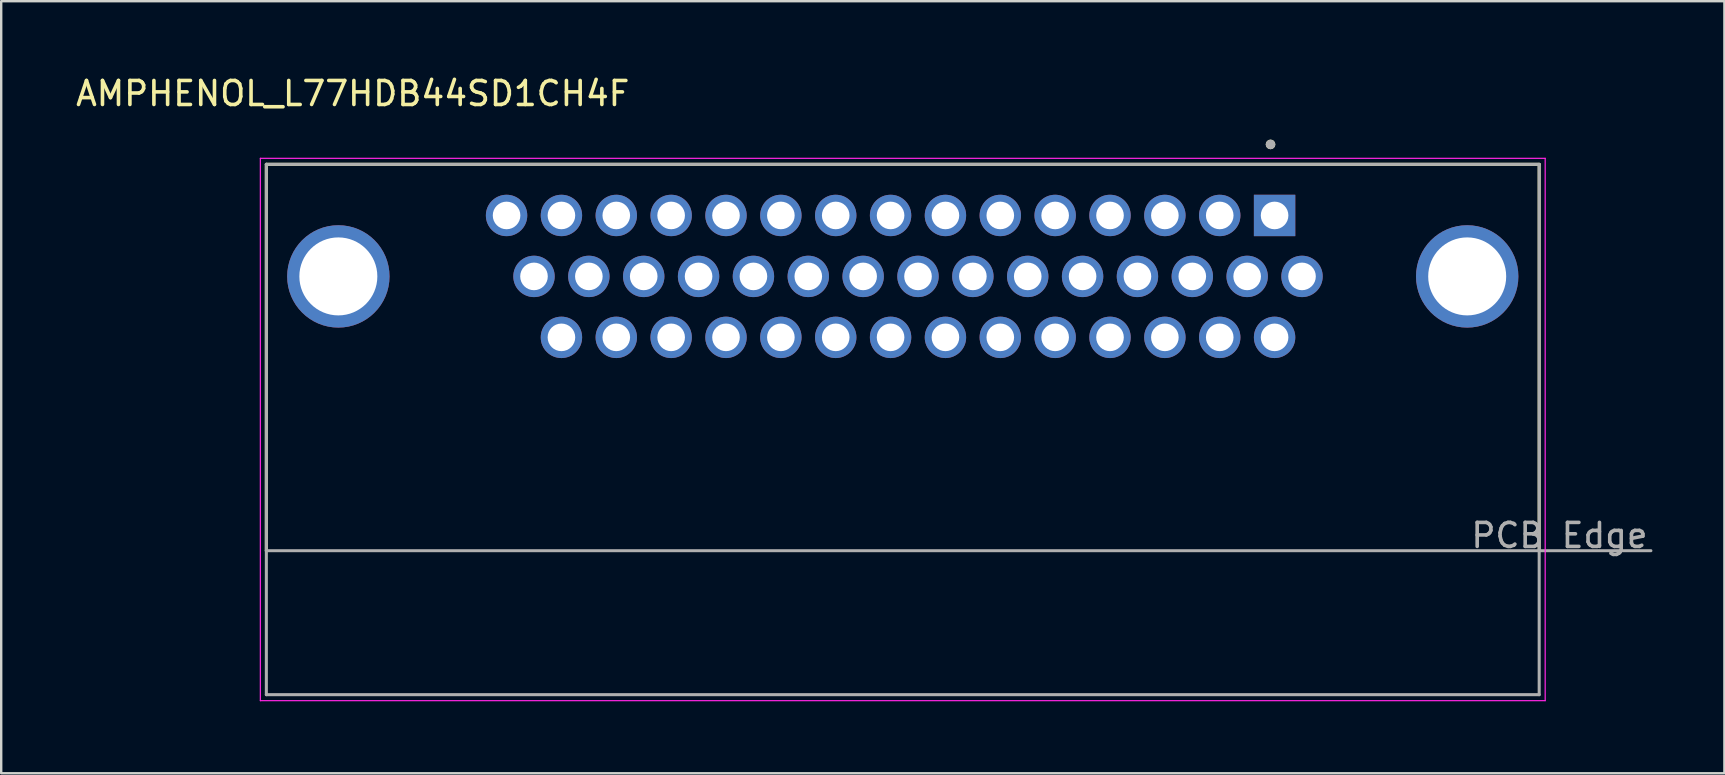
<source format=kicad_pcb>
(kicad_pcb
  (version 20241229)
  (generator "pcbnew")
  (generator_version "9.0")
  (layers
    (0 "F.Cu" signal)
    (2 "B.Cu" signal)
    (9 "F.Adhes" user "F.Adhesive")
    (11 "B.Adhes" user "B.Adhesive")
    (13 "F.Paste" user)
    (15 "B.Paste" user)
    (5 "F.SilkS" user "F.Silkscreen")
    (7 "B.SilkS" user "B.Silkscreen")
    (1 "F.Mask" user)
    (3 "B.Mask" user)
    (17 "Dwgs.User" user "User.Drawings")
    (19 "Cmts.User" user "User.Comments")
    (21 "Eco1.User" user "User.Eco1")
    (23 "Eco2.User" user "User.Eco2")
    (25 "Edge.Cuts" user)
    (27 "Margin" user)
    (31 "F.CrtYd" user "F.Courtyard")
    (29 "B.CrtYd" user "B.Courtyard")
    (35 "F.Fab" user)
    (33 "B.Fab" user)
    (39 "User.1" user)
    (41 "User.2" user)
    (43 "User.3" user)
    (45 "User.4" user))
  (footprint "AMPHENOL_L77HDB44SD1CH4F"
    (layer "F.Cu")
    (at 34.569 8.468)
    (property "Reference" "AMPHENOL_L77HDB44SD1CH4F" (at -22.92 -7.62 0) (layer "F.SilkS") (effects (font (size 1 1) (thickness 0.15))))
    (attr through_hole)
    (fp_line (start -26.52 -4.67) (end -26.52 11.43) (stroke (width 0.127) (type solid)) (layer "F.SilkS"))
    (fp_line (start 26.52 -4.67) (end -26.52 -4.67) (stroke (width 0.127) (type solid)) (layer "F.SilkS"))
    (fp_line (start 26.52 11.43) (end 26.52 -4.67) (stroke (width 0.127) (type solid)) (layer "F.SilkS"))
    (fp_circle (center 15.325 -5.5) (end 15.425 -5.5) (stroke (width 0.2) (type solid)) (fill no) (layer "F.SilkS"))
    (fp_line (start -26.77 -4.92) (end -26.77 17.68) (stroke (width 0.05) (type solid)) (layer "F.CrtYd"))
    (fp_line (start -26.77 17.68) (end 26.77 17.68) (stroke (width 0.05) (type solid)) (layer "F.CrtYd"))
    (fp_line (start 26.77 -4.92) (end -26.77 -4.92) (stroke (width 0.05) (type solid)) (layer "F.CrtYd"))
    (fp_line (start 26.77 17.68) (end 26.77 -4.92) (stroke (width 0.05) (type solid)) (layer "F.CrtYd"))
    (fp_line (start -26.52 -4.67) (end -26.52 11.43) (stroke (width 0.127) (type solid)) (layer "F.Fab"))
    (fp_line (start -26.52 11.43) (end -26.52 17.43) (stroke (width 0.127) (type solid)) (layer "F.Fab"))
    (fp_line (start -26.52 17.43) (end 26.52 17.43) (stroke (width 0.127) (type solid)) (layer "F.Fab"))
    (fp_line (start 26.52 -4.67) (end -26.52 -4.67) (stroke (width 0.127) (type solid)) (layer "F.Fab"))
    (fp_line (start 26.52 11.43) (end -26.52 11.43) (stroke (width 0.127) (type solid)) (layer "F.Fab"))
    (fp_line (start 26.52 11.43) (end 26.52 -4.67) (stroke (width 0.127) (type solid)) (layer "F.Fab"))
    (fp_line (start 26.52 11.43) (end 31.175 11.43) (stroke (width 0.127) (type solid)) (layer "F.Fab"))
    (fp_line (start 26.52 17.43) (end 26.52 11.43) (stroke (width 0.127) (type solid)) (layer "F.Fab"))
    (fp_circle (center 15.325 -5.5) (end 15.425 -5.5) (stroke (width 0.2) (type solid)) (fill no) (layer "F.Fab"))
    (fp_text user "PCB Edge" (at 27.365 10.795 0) (layer "F.Fab") (effects (font (size 1 1) (thickness 0.15))))
    (pad "1" thru_hole rect (at 15.494 -2.54) (size 1.725 1.725) (drill 1.15) (layers "*.Cu" "*.Mask"))
    (pad "2" thru_hole circle (at 13.208 -2.54) (size 1.725 1.725) (drill 1.15) (layers "*.Cu" "*.Mask"))
    (pad "3" thru_hole circle (at 10.922 -2.54) (size 1.725 1.725) (drill 1.15) (layers "*.Cu" "*.Mask"))
    (pad "4" thru_hole circle (at 8.636 -2.54) (size 1.725 1.725) (drill 1.15) (layers "*.Cu" "*.Mask"))
    (pad "5" thru_hole circle (at 6.35 -2.54) (size 1.725 1.725) (drill 1.15) (layers "*.Cu" "*.Mask"))
    (pad "6" thru_hole circle (at 4.064 -2.54) (size 1.725 1.725) (drill 1.15) (layers "*.Cu" "*.Mask"))
    (pad "7" thru_hole circle (at 1.778 -2.54) (size 1.725 1.725) (drill 1.15) (layers "*.Cu" "*.Mask"))
    (pad "8" thru_hole circle (at -0.508 -2.54) (size 1.725 1.725) (drill 1.15) (layers "*.Cu" "*.Mask"))
    (pad "9" thru_hole circle (at -2.794 -2.54) (size 1.725 1.725) (drill 1.15) (layers "*.Cu" "*.Mask"))
    (pad "10" thru_hole circle (at -5.08 -2.54) (size 1.725 1.725) (drill 1.15) (layers "*.Cu" "*.Mask"))
    (pad "11" thru_hole circle (at -7.366 -2.54) (size 1.725 1.725) (drill 1.15) (layers "*.Cu" "*.Mask"))
    (pad "12" thru_hole circle (at -9.652 -2.54) (size 1.725 1.725) (drill 1.15) (layers "*.Cu" "*.Mask"))
    (pad "13" thru_hole circle (at -11.938 -2.54) (size 1.725 1.725) (drill 1.15) (layers "*.Cu" "*.Mask"))
    (pad "14" thru_hole circle (at -14.224 -2.54) (size 1.725 1.725) (drill 1.15) (layers "*.Cu" "*.Mask"))
    (pad "15" thru_hole circle (at -16.51 -2.54) (size 1.725 1.725) (drill 1.15) (layers "*.Cu" "*.Mask"))
    (pad "16" thru_hole circle (at 16.637 0) (size 1.725 1.725) (drill 1.15) (layers "*.Cu" "*.Mask"))
    (pad "17" thru_hole circle (at 14.351 0) (size 1.725 1.725) (drill 1.15) (layers "*.Cu" "*.Mask"))
    (pad "18" thru_hole circle (at 12.065 0) (size 1.725 1.725) (drill 1.15) (layers "*.Cu" "*.Mask"))
    (pad "19" thru_hole circle (at 9.779 0) (size 1.725 1.725) (drill 1.15) (layers "*.Cu" "*.Mask"))
    (pad "20" thru_hole circle (at 7.493 0) (size 1.725 1.725) (drill 1.15) (layers "*.Cu" "*.Mask"))
    (pad "21" thru_hole circle (at 5.207 0) (size 1.725 1.725) (drill 1.15) (layers "*.Cu" "*.Mask"))
    (pad "22" thru_hole circle (at 2.921 0) (size 1.725 1.725) (drill 1.15) (layers "*.Cu" "*.Mask"))
    (pad "23" thru_hole circle (at 0.635 0) (size 1.725 1.725) (drill 1.15) (layers "*.Cu" "*.Mask"))
    (pad "24" thru_hole circle (at -1.651 0) (size 1.725 1.725) (drill 1.15) (layers "*.Cu" "*.Mask"))
    (pad "25" thru_hole circle (at -3.937 0) (size 1.725 1.725) (drill 1.15) (layers "*.Cu" "*.Mask"))
    (pad "26" thru_hole circle (at -6.223 0) (size 1.725 1.725) (drill 1.15) (layers "*.Cu" "*.Mask"))
    (pad "27" thru_hole circle (at -8.509 0) (size 1.725 1.725) (drill 1.15) (layers "*.Cu" "*.Mask"))
    (pad "28" thru_hole circle (at -10.795 0) (size 1.725 1.725) (drill 1.15) (layers "*.Cu" "*.Mask"))
    (pad "29" thru_hole circle (at -13.081 0) (size 1.725 1.725) (drill 1.15) (layers "*.Cu" "*.Mask"))
    (pad "30" thru_hole circle (at -15.367 0) (size 1.725 1.725) (drill 1.15) (layers "*.Cu" "*.Mask"))
    (pad "31" thru_hole circle (at 15.494 2.54) (size 1.725 1.725) (drill 1.15) (layers "*.Cu" "*.Mask"))
    (pad "32" thru_hole circle (at 13.208 2.54) (size 1.725 1.725) (drill 1.15) (layers "*.Cu" "*.Mask"))
    (pad "33" thru_hole circle (at 10.922 2.54) (size 1.725 1.725) (drill 1.15) (layers "*.Cu" "*.Mask"))
    (pad "34" thru_hole circle (at 8.636 2.54) (size 1.725 1.725) (drill 1.15) (layers "*.Cu" "*.Mask"))
    (pad "35" thru_hole circle (at 6.35 2.54) (size 1.725 1.725) (drill 1.15) (layers "*.Cu" "*.Mask"))
    (pad "36" thru_hole circle (at 4.064 2.54) (size 1.725 1.725) (drill 1.15) (layers "*.Cu" "*.Mask"))
    (pad "37" thru_hole circle (at 1.778 2.54) (size 1.725 1.725) (drill 1.15) (layers "*.Cu" "*.Mask"))
    (pad "38" thru_hole circle (at -0.508 2.54) (size 1.725 1.725) (drill 1.15) (layers "*.Cu" "*.Mask"))
    (pad "39" thru_hole circle (at -2.794 2.54) (size 1.725 1.725) (drill 1.15) (layers "*.Cu" "*.Mask"))
    (pad "40" thru_hole circle (at -5.08 2.54) (size 1.725 1.725) (drill 1.15) (layers "*.Cu" "*.Mask"))
    (pad "41" thru_hole circle (at -7.366 2.54) (size 1.725 1.725) (drill 1.15) (layers "*.Cu" "*.Mask"))
    (pad "42" thru_hole circle (at -9.652 2.54) (size 1.725 1.725) (drill 1.15) (layers "*.Cu" "*.Mask"))
    (pad "43" thru_hole circle (at -11.938 2.54) (size 1.725 1.725) (drill 1.15) (layers "*.Cu" "*.Mask"))
    (pad "44" thru_hole circle (at -14.224 2.54) (size 1.725 1.725) (drill 1.15) (layers "*.Cu" "*.Mask"))
    (pad "SH1" thru_hole circle (at -23.52 0) (size 4.266 4.266) (drill 3.25) (layers "*.Cu" "*.Mask"))
    (pad "SH2" thru_hole circle (at 23.52 0) (size 4.266 4.266) (drill 3.25) (layers "*.Cu" "*.Mask")))
  (gr_rect
    (start -3 -3)
    (end 68.807 29.173)
    (stroke (width 0.1) (type default))
    (fill no)
    (layer "Edge.Cuts")))
</source>
